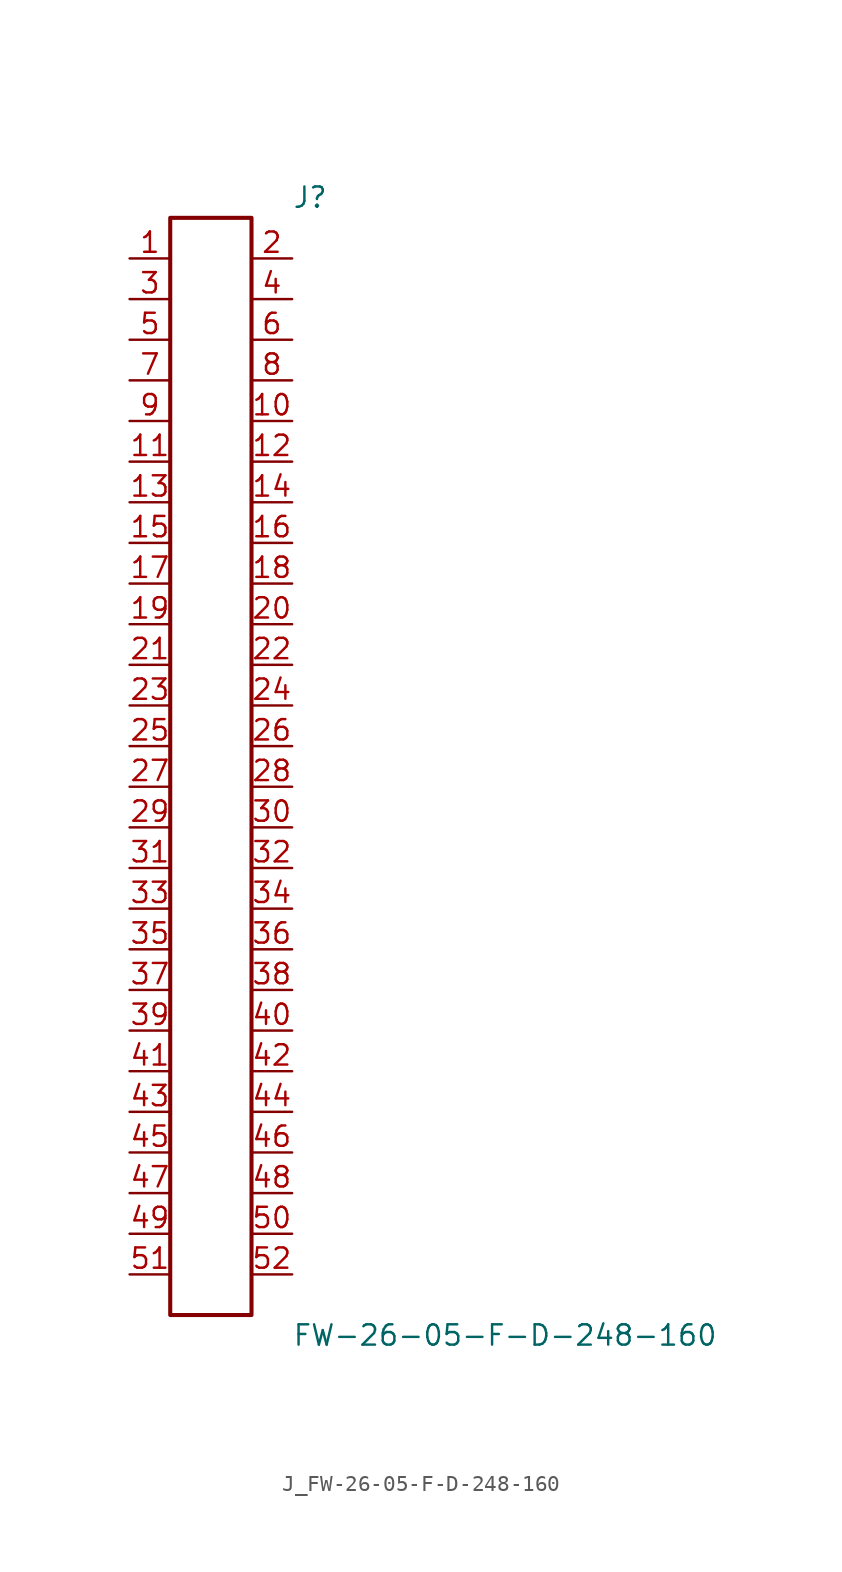
<source format=kicad_sym>
(kicad_symbol_lib
  (version 20231120)
  (generator kicad_symbol_editor)
  (generator_version 8.0)
  (symbol "J_FW-26-05-F-D-248-160"
    (pin_names
      (offset 0.254))
    (property "Reference" "J"
      (at 5.08 35.56 0)
      (effects (font (size 1.27 1.27)) (justify left)))
    (property "Value" "FW-26-05-F-D-248-160"
      (at 5.08 -35.56 0)
      (effects (font (size 1.27 1.27)) (justify left)))
    (symbol "J_FW-26-05-F-D-248-160_0_0"
      (pin passive line (at -5.08 31.75 0) (length 2.54) (name "" (effects (font (size 1.27 1.27)))) (number "1" (effects (font (size 1.27 1.27)))))
      (pin passive line (at 5.08 31.75 180) (length 2.54) (name "" (effects (font (size 1.27 1.27)))) (number "2" (effects (font (size 1.27 1.27)))))
      (pin passive line (at -5.08 29.21 0) (length 2.54) (name "" (effects (font (size 1.27 1.27)))) (number "3" (effects (font (size 1.27 1.27)))))
      (pin passive line (at 5.08 29.21 180) (length 2.54) (name "" (effects (font (size 1.27 1.27)))) (number "4" (effects (font (size 1.27 1.27)))))
      (pin passive line (at -5.08 26.67 0) (length 2.54) (name "" (effects (font (size 1.27 1.27)))) (number "5" (effects (font (size 1.27 1.27)))))
      (pin passive line (at 5.08 26.67 180) (length 2.54) (name "" (effects (font (size 1.27 1.27)))) (number "6" (effects (font (size 1.27 1.27)))))
      (pin passive line (at -5.08 24.13 0) (length 2.54) (name "" (effects (font (size 1.27 1.27)))) (number "7" (effects (font (size 1.27 1.27)))))
      (pin passive line (at 5.08 24.13 180) (length 2.54) (name "" (effects (font (size 1.27 1.27)))) (number "8" (effects (font (size 1.27 1.27)))))
      (pin passive line (at -5.08 21.59 0) (length 2.54) (name "" (effects (font (size 1.27 1.27)))) (number "9" (effects (font (size 1.27 1.27)))))
      (pin passive line (at 5.08 21.59 180) (length 2.54) (name "" (effects (font (size 1.27 1.27)))) (number "10" (effects (font (size 1.27 1.27)))))
      (pin passive line (at -5.08 19.05 0) (length 2.54) (name "" (effects (font (size 1.27 1.27)))) (number "11" (effects (font (size 1.27 1.27)))))
      (pin passive line (at 5.08 19.05 180) (length 2.54) (name "" (effects (font (size 1.27 1.27)))) (number "12" (effects (font (size 1.27 1.27)))))
      (pin passive line (at -5.08 16.51 0) (length 2.54) (name "" (effects (font (size 1.27 1.27)))) (number "13" (effects (font (size 1.27 1.27)))))
      (pin passive line (at 5.08 16.51 180) (length 2.54) (name "" (effects (font (size 1.27 1.27)))) (number "14" (effects (font (size 1.27 1.27)))))
      (pin passive line (at -5.08 13.97 0) (length 2.54) (name "" (effects (font (size 1.27 1.27)))) (number "15" (effects (font (size 1.27 1.27)))))
      (pin passive line (at 5.08 13.97 180) (length 2.54) (name "" (effects (font (size 1.27 1.27)))) (number "16" (effects (font (size 1.27 1.27)))))
      (pin passive line (at -5.08 11.43 0) (length 2.54) (name "" (effects (font (size 1.27 1.27)))) (number "17" (effects (font (size 1.27 1.27)))))
      (pin passive line (at 5.08 11.43 180) (length 2.54) (name "" (effects (font (size 1.27 1.27)))) (number "18" (effects (font (size 1.27 1.27)))))
      (pin passive line (at -5.08 8.89 0) (length 2.54) (name "" (effects (font (size 1.27 1.27)))) (number "19" (effects (font (size 1.27 1.27)))))
      (pin passive line (at 5.08 8.89 180) (length 2.54) (name "" (effects (font (size 1.27 1.27)))) (number "20" (effects (font (size 1.27 1.27)))))
      (pin passive line (at -5.08 6.35 0) (length 2.54) (name "" (effects (font (size 1.27 1.27)))) (number "21" (effects (font (size 1.27 1.27)))))
      (pin passive line (at 5.08 6.35 180) (length 2.54) (name "" (effects (font (size 1.27 1.27)))) (number "22" (effects (font (size 1.27 1.27)))))
      (pin passive line (at -5.08 3.81 0) (length 2.54) (name "" (effects (font (size 1.27 1.27)))) (number "23" (effects (font (size 1.27 1.27)))))
      (pin passive line (at 5.08 3.81 180) (length 2.54) (name "" (effects (font (size 1.27 1.27)))) (number "24" (effects (font (size 1.27 1.27)))))
      (pin passive line (at -5.08 1.27 0) (length 2.54) (name "" (effects (font (size 1.27 1.27)))) (number "25" (effects (font (size 1.27 1.27)))))
      (pin passive line (at 5.08 1.27 180) (length 2.54) (name "" (effects (font (size 1.27 1.27)))) (number "26" (effects (font (size 1.27 1.27)))))
      (pin passive line (at -5.08 -1.27 0) (length 2.54) (name "" (effects (font (size 1.27 1.27)))) (number "27" (effects (font (size 1.27 1.27)))))
      (pin passive line (at 5.08 -1.27 180) (length 2.54) (name "" (effects (font (size 1.27 1.27)))) (number "28" (effects (font (size 1.27 1.27)))))
      (pin passive line (at -5.08 -3.81 0) (length 2.54) (name "" (effects (font (size 1.27 1.27)))) (number "29" (effects (font (size 1.27 1.27)))))
      (pin passive line (at 5.08 -3.81 180) (length 2.54) (name "" (effects (font (size 1.27 1.27)))) (number "30" (effects (font (size 1.27 1.27)))))
      (pin passive line (at -5.08 -6.35 0) (length 2.54) (name "" (effects (font (size 1.27 1.27)))) (number "31" (effects (font (size 1.27 1.27)))))
      (pin passive line (at 5.08 -6.35 180) (length 2.54) (name "" (effects (font (size 1.27 1.27)))) (number "32" (effects (font (size 1.27 1.27)))))
      (pin passive line (at -5.08 -8.89 0) (length 2.54) (name "" (effects (font (size 1.27 1.27)))) (number "33" (effects (font (size 1.27 1.27)))))
      (pin passive line (at 5.08 -8.89 180) (length 2.54) (name "" (effects (font (size 1.27 1.27)))) (number "34" (effects (font (size 1.27 1.27)))))
      (pin passive line (at -5.08 -11.43 0) (length 2.54) (name "" (effects (font (size 1.27 1.27)))) (number "35" (effects (font (size 1.27 1.27)))))
      (pin passive line (at 5.08 -11.43 180) (length 2.54) (name "" (effects (font (size 1.27 1.27)))) (number "36" (effects (font (size 1.27 1.27)))))
      (pin passive line (at -5.08 -13.97 0) (length 2.54) (name "" (effects (font (size 1.27 1.27)))) (number "37" (effects (font (size 1.27 1.27)))))
      (pin passive line (at 5.08 -13.97 180) (length 2.54) (name "" (effects (font (size 1.27 1.27)))) (number "38" (effects (font (size 1.27 1.27)))))
      (pin passive line (at -5.08 -16.51 0) (length 2.54) (name "" (effects (font (size 1.27 1.27)))) (number "39" (effects (font (size 1.27 1.27)))))
      (pin passive line (at 5.08 -16.51 180) (length 2.54) (name "" (effects (font (size 1.27 1.27)))) (number "40" (effects (font (size 1.27 1.27)))))
      (pin passive line (at -5.08 -19.05 0) (length 2.54) (name "" (effects (font (size 1.27 1.27)))) (number "41" (effects (font (size 1.27 1.27)))))
      (pin passive line (at 5.08 -19.05 180) (length 2.54) (name "" (effects (font (size 1.27 1.27)))) (number "42" (effects (font (size 1.27 1.27)))))
      (pin passive line (at -5.08 -21.59 0) (length 2.54) (name "" (effects (font (size 1.27 1.27)))) (number "43" (effects (font (size 1.27 1.27)))))
      (pin passive line (at 5.08 -21.59 180) (length 2.54) (name "" (effects (font (size 1.27 1.27)))) (number "44" (effects (font (size 1.27 1.27)))))
      (pin passive line (at -5.08 -24.13 0) (length 2.54) (name "" (effects (font (size 1.27 1.27)))) (number "45" (effects (font (size 1.27 1.27)))))
      (pin passive line (at 5.08 -24.13 180) (length 2.54) (name "" (effects (font (size 1.27 1.27)))) (number "46" (effects (font (size 1.27 1.27)))))
      (pin passive line (at -5.08 -26.67 0) (length 2.54) (name "" (effects (font (size 1.27 1.27)))) (number "47" (effects (font (size 1.27 1.27)))))
      (pin passive line (at 5.08 -26.67 180) (length 2.54) (name "" (effects (font (size 1.27 1.27)))) (number "48" (effects (font (size 1.27 1.27)))))
      (pin passive line (at -5.08 -29.21 0) (length 2.54) (name "" (effects (font (size 1.27 1.27)))) (number "49" (effects (font (size 1.27 1.27)))))
      (pin passive line (at 5.08 -29.21 180) (length 2.54) (name "" (effects (font (size 1.27 1.27)))) (number "50" (effects (font (size 1.27 1.27)))))
      (pin passive line (at -5.08 -31.75 0) (length 2.54) (name "" (effects (font (size 1.27 1.27)))) (number "51" (effects (font (size 1.27 1.27)))))
      (pin passive line (at 5.08 -31.75 180) (length 2.54) (name "" (effects (font (size 1.27 1.27)))) (number "52" (effects (font (size 1.27 1.27))))))
    (symbol "J_FW-26-05-F-D-248-160_1_0"
      (rectangle (start -2.54 34.29) (end 2.54 -34.29) (stroke (width 0.254) (type solid)) (fill (type none))))))
</source>
